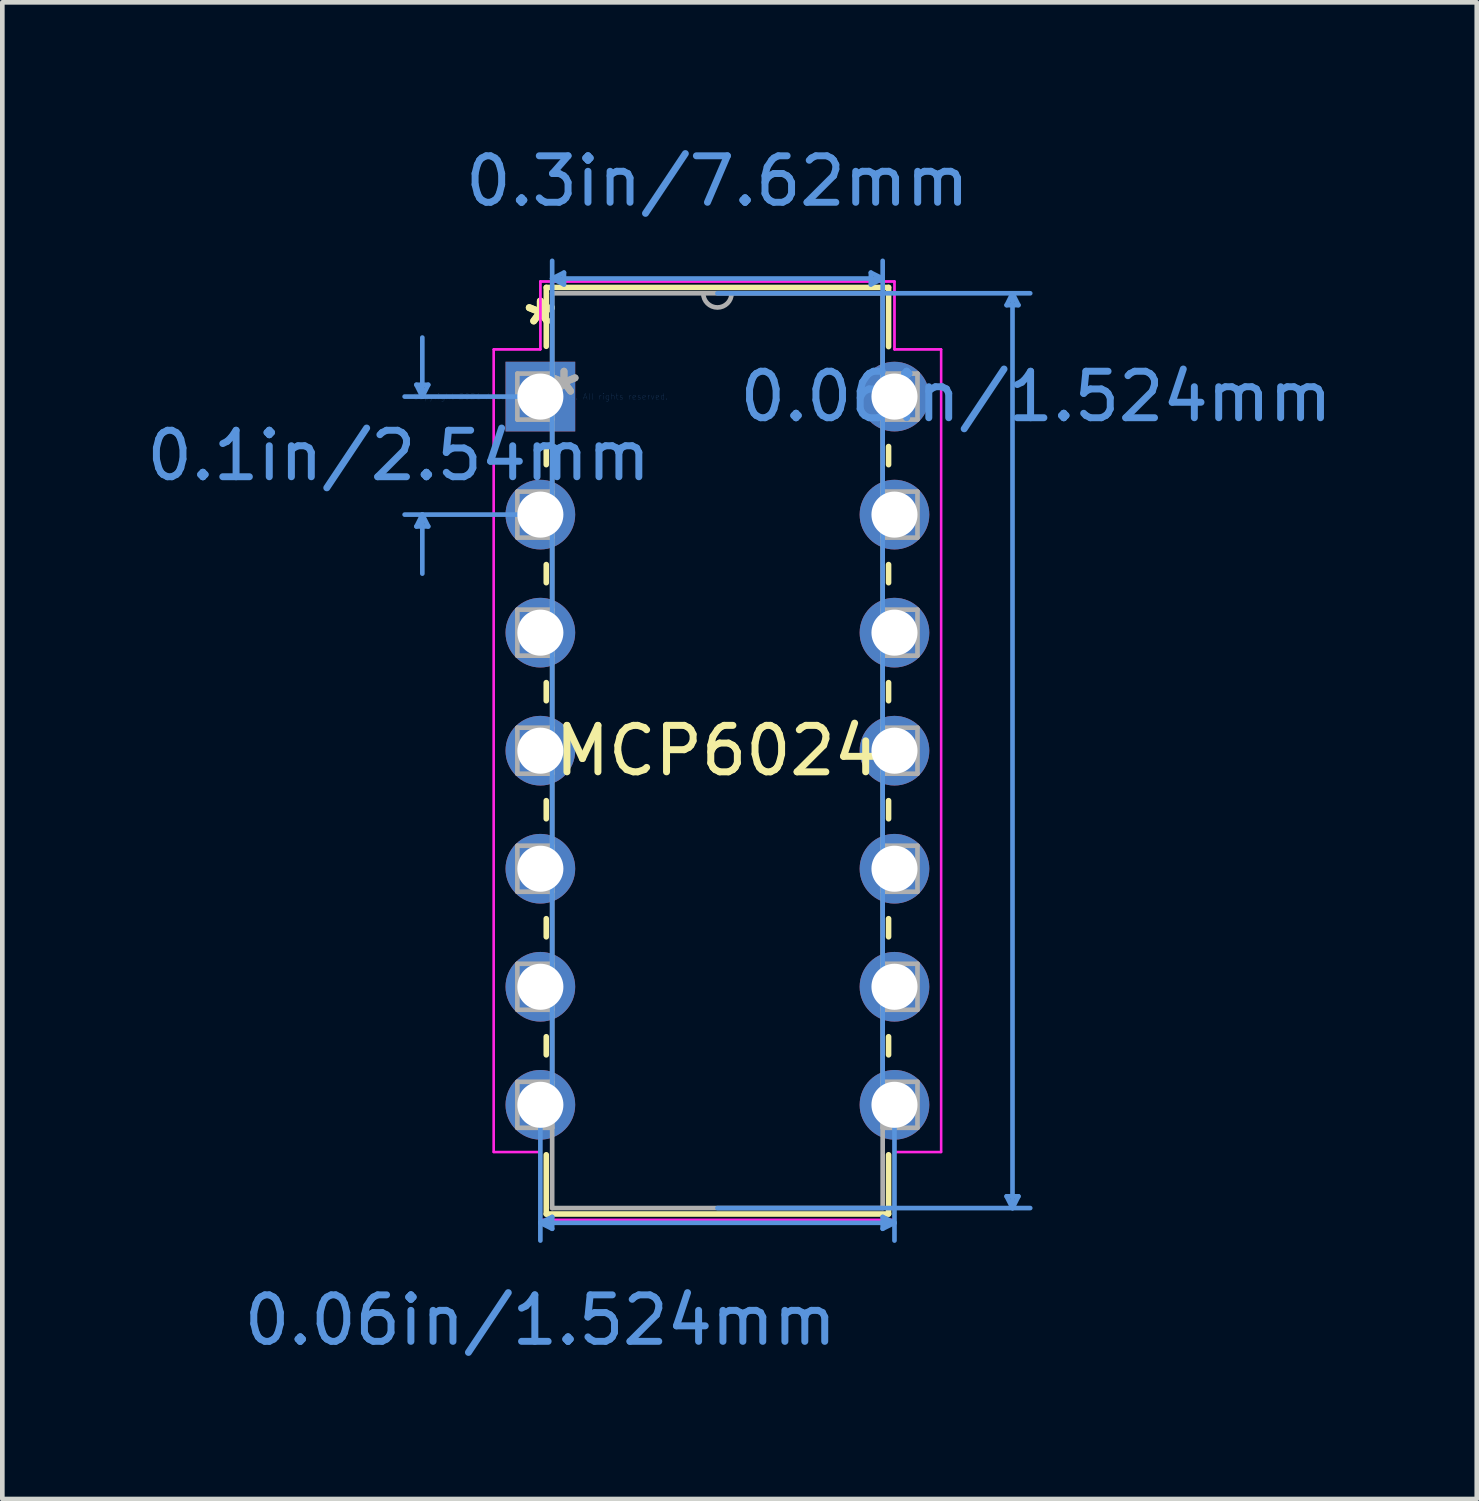
<source format=kicad_pcb>
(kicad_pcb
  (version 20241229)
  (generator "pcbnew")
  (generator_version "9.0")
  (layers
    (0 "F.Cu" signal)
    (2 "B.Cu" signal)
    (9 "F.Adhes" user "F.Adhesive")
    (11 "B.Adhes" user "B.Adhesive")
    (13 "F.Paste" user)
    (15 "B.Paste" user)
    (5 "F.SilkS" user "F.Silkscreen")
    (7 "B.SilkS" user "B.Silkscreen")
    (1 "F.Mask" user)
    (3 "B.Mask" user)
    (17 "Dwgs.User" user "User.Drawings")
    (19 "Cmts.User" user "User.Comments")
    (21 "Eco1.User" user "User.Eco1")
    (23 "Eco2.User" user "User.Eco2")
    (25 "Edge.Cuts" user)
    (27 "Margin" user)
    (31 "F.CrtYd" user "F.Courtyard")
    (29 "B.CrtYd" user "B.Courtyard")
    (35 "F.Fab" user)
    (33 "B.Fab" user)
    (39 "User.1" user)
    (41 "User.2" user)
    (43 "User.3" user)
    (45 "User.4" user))
  (footprint "MCP6024"
    (layer "F.Cu")
    (at 8.578 5.484)
    (property "Reference" "MCP6024" (at 3.81 7.62 0) (layer "F.SilkS") (effects (font (size 1 1) (thickness 0.15))))
    (attr through_hole)
    (fp_line (start 0.127 -2.349) (end 0.127 -1.082) (stroke (width 0.12) (type solid)) (layer "F.SilkS"))
    (fp_line (start 0.127 1.082) (end 0.127 1.465) (stroke (width 0.12) (type solid)) (layer "F.SilkS"))
    (fp_line (start 0.127 3.615) (end 0.127 4.005) (stroke (width 0.12) (type solid)) (layer "F.SilkS"))
    (fp_line (start 0.127 6.155) (end 0.127 6.545) (stroke (width 0.12) (type solid)) (layer "F.SilkS"))
    (fp_line (start 0.127 8.695) (end 0.127 9.085) (stroke (width 0.12) (type solid)) (layer "F.SilkS"))
    (fp_line (start 0.127 11.235) (end 0.127 11.625) (stroke (width 0.12) (type solid)) (layer "F.SilkS"))
    (fp_line (start 0.127 13.775) (end 0.127 14.165) (stroke (width 0.12) (type solid)) (layer "F.SilkS"))
    (fp_line (start 0.127 16.315) (end 0.127 17.59) (stroke (width 0.12) (type solid)) (layer "F.SilkS"))
    (fp_line (start 0.127 17.59) (end 7.493 17.59) (stroke (width 0.12) (type solid)) (layer "F.SilkS"))
    (fp_line (start 7.493 -2.349) (end 0.127 -2.349) (stroke (width 0.12) (type solid)) (layer "F.SilkS"))
    (fp_line (start 7.493 -1.075) (end 7.493 -2.349) (stroke (width 0.12) (type solid)) (layer "F.SilkS"))
    (fp_line (start 7.493 1.465) (end 7.493 1.075) (stroke (width 0.12) (type solid)) (layer "F.SilkS"))
    (fp_line (start 7.493 4.005) (end 7.493 3.615) (stroke (width 0.12) (type solid)) (layer "F.SilkS"))
    (fp_line (start 7.493 6.545) (end 7.493 6.155) (stroke (width 0.12) (type solid)) (layer "F.SilkS"))
    (fp_line (start 7.493 9.085) (end 7.493 8.695) (stroke (width 0.12) (type solid)) (layer "F.SilkS"))
    (fp_line (start 7.493 11.625) (end 7.493 11.235) (stroke (width 0.12) (type solid)) (layer "F.SilkS"))
    (fp_line (start 7.493 14.165) (end 7.493 13.775) (stroke (width 0.12) (type solid)) (layer "F.SilkS"))
    (fp_line (start 7.493 17.59) (end 7.493 16.315) (stroke (width 0.12) (type solid)) (layer "F.SilkS"))
    (fp_line (start -2.667 -0.254) (end -2.413 -0.254) (stroke (width 0.1) (type solid)) (layer "Cmts.User"))
    (fp_line (start -2.667 2.794) (end -2.413 2.794) (stroke (width 0.1) (type solid)) (layer "Cmts.User"))
    (fp_line (start -2.54 0) (end -2.667 -0.254) (stroke (width 0.1) (type solid)) (layer "Cmts.User"))
    (fp_line (start -2.54 0) (end -2.54 -1.27) (stroke (width 0.1) (type solid)) (layer "Cmts.User"))
    (fp_line (start -2.54 0) (end -2.413 -0.254) (stroke (width 0.1) (type solid)) (layer "Cmts.User"))
    (fp_line (start -2.54 2.54) (end -2.667 2.794) (stroke (width 0.1) (type solid)) (layer "Cmts.User"))
    (fp_line (start -2.54 2.54) (end -2.54 3.81) (stroke (width 0.1) (type solid)) (layer "Cmts.User"))
    (fp_line (start -2.54 2.54) (end -2.413 2.794) (stroke (width 0.1) (type solid)) (layer "Cmts.User"))
    (fp_line (start 0 0) (end -2.921 0) (stroke (width 0.1) (type solid)) (layer "Cmts.User"))
    (fp_line (start 0 2.54) (end -2.921 2.54) (stroke (width 0.1) (type solid)) (layer "Cmts.User"))
    (fp_line (start 0 15.24) (end 0 18.161) (stroke (width 0.1) (type solid)) (layer "Cmts.User"))
    (fp_line (start 0 17.78) (end 0.254 17.653) (stroke (width 0.1) (type solid)) (layer "Cmts.User"))
    (fp_line (start 0 17.78) (end 0.254 17.907) (stroke (width 0.1) (type solid)) (layer "Cmts.User"))
    (fp_line (start 0 17.78) (end 7.62 17.78) (stroke (width 0.1) (type solid)) (layer "Cmts.User"))
    (fp_line (start 0.254 -2.54) (end 0.508 -2.667) (stroke (width 0.1) (type solid)) (layer "Cmts.User"))
    (fp_line (start 0.254 -2.54) (end 0.508 -2.413) (stroke (width 0.1) (type solid)) (layer "Cmts.User"))
    (fp_line (start 0.254 -2.54) (end 7.366 -2.54) (stroke (width 0.1) (type solid)) (layer "Cmts.User"))
    (fp_line (start 0.254 15.24) (end 0.254 -2.921) (stroke (width 0.1) (type solid)) (layer "Cmts.User"))
    (fp_line (start 0.254 17.653) (end 0.254 17.907) (stroke (width 0.1) (type solid)) (layer "Cmts.User"))
    (fp_line (start 0.508 -2.667) (end 0.508 -2.413) (stroke (width 0.1) (type solid)) (layer "Cmts.User"))
    (fp_line (start 3.81 -2.223) (end 10.541 -2.223) (stroke (width 0.1) (type solid)) (layer "Cmts.User"))
    (fp_line (start 3.81 17.462) (end 10.541 17.462) (stroke (width 0.1) (type solid)) (layer "Cmts.User"))
    (fp_line (start 7.112 -2.667) (end 7.112 -2.413) (stroke (width 0.1) (type solid)) (layer "Cmts.User"))
    (fp_line (start 7.366 -2.54) (end 7.112 -2.667) (stroke (width 0.1) (type solid)) (layer "Cmts.User"))
    (fp_line (start 7.366 -2.54) (end 7.112 -2.413) (stroke (width 0.1) (type solid)) (layer "Cmts.User"))
    (fp_line (start 7.366 15.24) (end 7.366 -2.921) (stroke (width 0.1) (type solid)) (layer "Cmts.User"))
    (fp_line (start 7.366 17.653) (end 7.366 17.907) (stroke (width 0.1) (type solid)) (layer "Cmts.User"))
    (fp_line (start 7.62 15.24) (end 7.62 18.161) (stroke (width 0.1) (type solid)) (layer "Cmts.User"))
    (fp_line (start 7.62 17.78) (end 7.366 17.653) (stroke (width 0.1) (type solid)) (layer "Cmts.User"))
    (fp_line (start 7.62 17.78) (end 7.366 17.907) (stroke (width 0.1) (type solid)) (layer "Cmts.User"))
    (fp_line (start 10.033 -1.968) (end 10.287 -1.968) (stroke (width 0.1) (type solid)) (layer "Cmts.User"))
    (fp_line (start 10.033 17.209) (end 10.287 17.209) (stroke (width 0.1) (type solid)) (layer "Cmts.User"))
    (fp_line (start 10.16 -2.223) (end 10.033 -1.968) (stroke (width 0.1) (type solid)) (layer "Cmts.User"))
    (fp_line (start 10.16 -2.223) (end 10.16 17.462) (stroke (width 0.1) (type solid)) (layer "Cmts.User"))
    (fp_line (start 10.16 -2.223) (end 10.287 -1.968) (stroke (width 0.1) (type solid)) (layer "Cmts.User"))
    (fp_line (start 10.16 17.462) (end 10.033 17.209) (stroke (width 0.1) (type solid)) (layer "Cmts.User"))
    (fp_line (start 10.16 17.462) (end 10.287 17.209) (stroke (width 0.1) (type solid)) (layer "Cmts.User"))
    (fp_line (start -1.003 -1.016) (end -1.003 16.256) (stroke (width 0.05) (type solid)) (layer "F.CrtYd"))
    (fp_line (start -1.003 -1.016) (end 0 -1.016) (stroke (width 0.05) (type solid)) (layer "F.CrtYd"))
    (fp_line (start -1.003 16.256) (end -1.003 -1.016) (stroke (width 0.05) (type solid)) (layer "F.CrtYd"))
    (fp_line (start -1.003 16.256) (end 0 16.256) (stroke (width 0.05) (type solid)) (layer "F.CrtYd"))
    (fp_line (start 0 -2.477) (end 0 -1.016) (stroke (width 0.05) (type solid)) (layer "F.CrtYd"))
    (fp_line (start 0 -2.477) (end 7.62 -2.477) (stroke (width 0.05) (type solid)) (layer "F.CrtYd"))
    (fp_line (start 0 -1.016) (end -1.003 -1.016) (stroke (width 0.05) (type solid)) (layer "F.CrtYd"))
    (fp_line (start 0 -1.016) (end 0 -2.477) (stroke (width 0.05) (type solid)) (layer "F.CrtYd"))
    (fp_line (start 0 16.256) (end -1.003 16.256) (stroke (width 0.05) (type solid)) (layer "F.CrtYd"))
    (fp_line (start 0 16.256) (end 0 17.716) (stroke (width 0.05) (type solid)) (layer "F.CrtYd"))
    (fp_line (start 0 17.716) (end 0 16.256) (stroke (width 0.05) (type solid)) (layer "F.CrtYd"))
    (fp_line (start 0 17.716) (end 7.62 17.716) (stroke (width 0.05) (type solid)) (layer "F.CrtYd"))
    (fp_line (start 7.62 -2.477) (end 0 -2.477) (stroke (width 0.05) (type solid)) (layer "F.CrtYd"))
    (fp_line (start 7.62 -2.477) (end 7.62 -1.016) (stroke (width 0.05) (type solid)) (layer "F.CrtYd"))
    (fp_line (start 7.62 -1.016) (end 7.62 -2.477) (stroke (width 0.05) (type solid)) (layer "F.CrtYd"))
    (fp_line (start 7.62 16.256) (end 7.62 17.716) (stroke (width 0.05) (type solid)) (layer "F.CrtYd"))
    (fp_line (start 7.62 16.256) (end 8.623 16.256) (stroke (width 0.05) (type solid)) (layer "F.CrtYd"))
    (fp_line (start 7.62 17.716) (end 0 17.716) (stroke (width 0.05) (type solid)) (layer "F.CrtYd"))
    (fp_line (start 7.62 17.716) (end 7.62 16.256) (stroke (width 0.05) (type solid)) (layer "F.CrtYd"))
    (fp_line (start 8.623 -1.016) (end 7.62 -1.016) (stroke (width 0.05) (type solid)) (layer "F.CrtYd"))
    (fp_line (start 8.623 -1.016) (end 7.62 -1.016) (stroke (width 0.05) (type solid)) (layer "F.CrtYd"))
    (fp_line (start 8.623 -1.016) (end 8.623 16.256) (stroke (width 0.05) (type solid)) (layer "F.CrtYd"))
    (fp_line (start 8.623 16.256) (end 7.62 16.256) (stroke (width 0.05) (type solid)) (layer "F.CrtYd"))
    (fp_line (start 8.623 16.256) (end 8.623 -1.016) (stroke (width 0.05) (type solid)) (layer "F.CrtYd"))
    (fp_line (start -0.495 -0.495) (end -0.495 0.495) (stroke (width 0.1) (type solid)) (layer "F.Fab"))
    (fp_line (start -0.495 0.495) (end 0.254 0.495) (stroke (width 0.1) (type solid)) (layer "F.Fab"))
    (fp_line (start -0.495 2.045) (end -0.495 3.035) (stroke (width 0.1) (type solid)) (layer "F.Fab"))
    (fp_line (start -0.495 3.035) (end 0.254 3.035) (stroke (width 0.1) (type solid)) (layer "F.Fab"))
    (fp_line (start -0.495 4.585) (end -0.495 5.575) (stroke (width 0.1) (type solid)) (layer "F.Fab"))
    (fp_line (start -0.495 5.575) (end 0.254 5.575) (stroke (width 0.1) (type solid)) (layer "F.Fab"))
    (fp_line (start -0.495 7.125) (end -0.495 8.115) (stroke (width 0.1) (type solid)) (layer "F.Fab"))
    (fp_line (start -0.495 8.115) (end 0.254 8.115) (stroke (width 0.1) (type solid)) (layer "F.Fab"))
    (fp_line (start -0.495 9.665) (end -0.495 10.655) (stroke (width 0.1) (type solid)) (layer "F.Fab"))
    (fp_line (start -0.495 10.655) (end 0.254 10.655) (stroke (width 0.1) (type solid)) (layer "F.Fab"))
    (fp_line (start -0.495 12.205) (end -0.495 13.195) (stroke (width 0.1) (type solid)) (layer "F.Fab"))
    (fp_line (start -0.495 13.195) (end 0.254 13.195) (stroke (width 0.1) (type solid)) (layer "F.Fab"))
    (fp_line (start -0.495 14.745) (end -0.495 15.735) (stroke (width 0.1) (type solid)) (layer "F.Fab"))
    (fp_line (start -0.495 15.735) (end 0.254 15.735) (stroke (width 0.1) (type solid)) (layer "F.Fab"))
    (fp_line (start 0.254 -2.223) (end 0.254 17.462) (stroke (width 0.1) (type solid)) (layer "F.Fab"))
    (fp_line (start 0.254 -0.495) (end -0.495 -0.495) (stroke (width 0.1) (type solid)) (layer "F.Fab"))
    (fp_line (start 0.254 0.495) (end 0.254 -0.495) (stroke (width 0.1) (type solid)) (layer "F.Fab"))
    (fp_line (start 0.254 2.045) (end -0.495 2.045) (stroke (width 0.1) (type solid)) (layer "F.Fab"))
    (fp_line (start 0.254 3.035) (end 0.254 2.045) (stroke (width 0.1) (type solid)) (layer "F.Fab"))
    (fp_line (start 0.254 4.585) (end -0.495 4.585) (stroke (width 0.1) (type solid)) (layer "F.Fab"))
    (fp_line (start 0.254 5.575) (end 0.254 4.585) (stroke (width 0.1) (type solid)) (layer "F.Fab"))
    (fp_line (start 0.254 7.125) (end -0.495 7.125) (stroke (width 0.1) (type solid)) (layer "F.Fab"))
    (fp_line (start 0.254 8.115) (end 0.254 7.125) (stroke (width 0.1) (type solid)) (layer "F.Fab"))
    (fp_line (start 0.254 9.665) (end -0.495 9.665) (stroke (width 0.1) (type solid)) (layer "F.Fab"))
    (fp_line (start 0.254 10.655) (end 0.254 9.665) (stroke (width 0.1) (type solid)) (layer "F.Fab"))
    (fp_line (start 0.254 12.205) (end -0.495 12.205) (stroke (width 0.1) (type solid)) (layer "F.Fab"))
    (fp_line (start 0.254 13.195) (end 0.254 12.205) (stroke (width 0.1) (type solid)) (layer "F.Fab"))
    (fp_line (start 0.254 14.745) (end -0.495 14.745) (stroke (width 0.1) (type solid)) (layer "F.Fab"))
    (fp_line (start 0.254 15.735) (end 0.254 14.745) (stroke (width 0.1) (type solid)) (layer "F.Fab"))
    (fp_line (start 0.254 17.462) (end 7.366 17.462) (stroke (width 0.1) (type solid)) (layer "F.Fab"))
    (fp_line (start 7.366 -2.223) (end 0.254 -2.223) (stroke (width 0.1) (type solid)) (layer "F.Fab"))
    (fp_line (start 7.366 -0.495) (end 7.366 0.495) (stroke (width 0.1) (type solid)) (layer "F.Fab"))
    (fp_line (start 7.366 0.495) (end 8.115 0.495) (stroke (width 0.1) (type solid)) (layer "F.Fab"))
    (fp_line (start 7.366 2.045) (end 7.366 3.035) (stroke (width 0.1) (type solid)) (layer "F.Fab"))
    (fp_line (start 7.366 3.035) (end 8.115 3.035) (stroke (width 0.1) (type solid)) (layer "F.Fab"))
    (fp_line (start 7.366 4.585) (end 7.366 5.575) (stroke (width 0.1) (type solid)) (layer "F.Fab"))
    (fp_line (start 7.366 5.575) (end 8.115 5.575) (stroke (width 0.1) (type solid)) (layer "F.Fab"))
    (fp_line (start 7.366 7.125) (end 7.366 8.115) (stroke (width 0.1) (type solid)) (layer "F.Fab"))
    (fp_line (start 7.366 8.115) (end 8.115 8.115) (stroke (width 0.1) (type solid)) (layer "F.Fab"))
    (fp_line (start 7.366 9.665) (end 7.366 10.655) (stroke (width 0.1) (type solid)) (layer "F.Fab"))
    (fp_line (start 7.366 10.655) (end 8.115 10.655) (stroke (width 0.1) (type solid)) (layer "F.Fab"))
    (fp_line (start 7.366 12.205) (end 7.366 13.195) (stroke (width 0.1) (type solid)) (layer "F.Fab"))
    (fp_line (start 7.366 13.195) (end 8.115 13.195) (stroke (width 0.1) (type solid)) (layer "F.Fab"))
    (fp_line (start 7.366 14.745) (end 7.366 15.735) (stroke (width 0.1) (type solid)) (layer "F.Fab"))
    (fp_line (start 7.366 15.735) (end 8.115 15.735) (stroke (width 0.1) (type solid)) (layer "F.Fab"))
    (fp_line (start 7.366 17.462) (end 7.366 -2.223) (stroke (width 0.1) (type solid)) (layer "F.Fab"))
    (fp_line (start 8.115 -0.495) (end 7.366 -0.495) (stroke (width 0.1) (type solid)) (layer "F.Fab"))
    (fp_line (start 8.115 0.495) (end 8.115 -0.495) (stroke (width 0.1) (type solid)) (layer "F.Fab"))
    (fp_line (start 8.115 2.045) (end 7.366 2.045) (stroke (width 0.1) (type solid)) (layer "F.Fab"))
    (fp_line (start 8.115 3.035) (end 8.115 2.045) (stroke (width 0.1) (type solid)) (layer "F.Fab"))
    (fp_line (start 8.115 4.585) (end 7.366 4.585) (stroke (width 0.1) (type solid)) (layer "F.Fab"))
    (fp_line (start 8.115 5.575) (end 8.115 4.585) (stroke (width 0.1) (type solid)) (layer "F.Fab"))
    (fp_line (start 8.115 7.125) (end 7.366 7.125) (stroke (width 0.1) (type solid)) (layer "F.Fab"))
    (fp_line (start 8.115 8.115) (end 8.115 7.125) (stroke (width 0.1) (type solid)) (layer "F.Fab"))
    (fp_line (start 8.115 9.665) (end 7.366 9.665) (stroke (width 0.1) (type solid)) (layer "F.Fab"))
    (fp_line (start 8.115 10.655) (end 8.115 9.665) (stroke (width 0.1) (type solid)) (layer "F.Fab"))
    (fp_line (start 8.115 12.205) (end 7.366 12.205) (stroke (width 0.1) (type solid)) (layer "F.Fab"))
    (fp_line (start 8.115 13.195) (end 8.115 12.205) (stroke (width 0.1) (type solid)) (layer "F.Fab"))
    (fp_line (start 8.115 14.745) (end 7.366 14.745) (stroke (width 0.1) (type solid)) (layer "F.Fab"))
    (fp_line (start 8.115 15.735) (end 8.115 14.745) (stroke (width 0.1) (type solid)) (layer "F.Fab"))
    (fp_arc (start 4.1148 -2.2225) (mid 3.81 -1.9177) (end 3.5052 -2.2225) (stroke (width 0.1) (type solid)) (layer "F.Fab"))
    (fp_text user "*" (at 0 -1.511 0) (layer "F.SilkS") (effects (font (size 1 1) (thickness 0.15))))
    (fp_text user "*" (at 0 -1.511 0) (layer "F.SilkS") (effects (font (size 1 1) (thickness 0.15))))
    (fp_text user "0.06in/1.524mm" (at 10.668 0 0) (layer "Cmts.User") (effects (font (size 1 1) (thickness 0.15))))
    (fp_text user "0.3in/7.62mm" (at 3.81 -4.636 0) (layer "Cmts.User") (effects (font (size 1 1) (thickness 0.15))))
    (fp_text user "Copyright 2021 Accelerated Designs. All rights reserved." (at 0 0 0) (layer "Cmts.User") (effects (font (size 0.127 0.127) (thickness 0.002))))
    (fp_text user "0.06in/1.524mm" (at 0 19.875 0) (layer "Cmts.User") (effects (font (size 1 1) (thickness 0.15))))
    (fp_text user "0.1in/2.54mm" (at -3.048 1.27 0) (layer "Cmts.User") (effects (font (size 1 1) (thickness 0.15))))
    (fp_text user "*" (at 0.508 0 0) (layer "F.Fab") (effects (font (size 1 1) (thickness 0.15))))
    (fp_text user "*" (at 0.508 0 0) (layer "F.Fab") (effects (font (size 1 1) (thickness 0.15))))
    (pad "1" thru_hole rect (at 0 0) (size 1.499 1.499) (drill 0.991) (layers "*.Cu" "*.Mask"))
    (pad "2" thru_hole circle (at 0 2.54) (size 1.499 1.499) (drill 0.991) (layers "*.Cu" "*.Mask"))
    (pad "3" thru_hole circle (at 0 5.08) (size 1.499 1.499) (drill 0.991) (layers "*.Cu" "*.Mask"))
    (pad "4" thru_hole circle (at 0 7.62) (size 1.499 1.499) (drill 0.991) (layers "*.Cu" "*.Mask"))
    (pad "5" thru_hole circle (at 0 10.16) (size 1.499 1.499) (drill 0.991) (layers "*.Cu" "*.Mask"))
    (pad "6" thru_hole circle (at 0 12.7) (size 1.499 1.499) (drill 0.991) (layers "*.Cu" "*.Mask"))
    (pad "7" thru_hole circle (at 0 15.24) (size 1.499 1.499) (drill 0.991) (layers "*.Cu" "*.Mask"))
    (pad "8" thru_hole circle (at 7.62 15.24) (size 1.499 1.499) (drill 0.991) (layers "*.Cu" "*.Mask"))
    (pad "9" thru_hole circle (at 7.62 12.7) (size 1.499 1.499) (drill 0.991) (layers "*.Cu" "*.Mask"))
    (pad "10" thru_hole circle (at 7.62 10.16) (size 1.499 1.499) (drill 0.991) (layers "*.Cu" "*.Mask"))
    (pad "11" thru_hole circle (at 7.62 7.62) (size 1.499 1.499) (drill 0.991) (layers "*.Cu" "*.Mask"))
    (pad "12" thru_hole circle (at 7.62 5.08) (size 1.499 1.499) (drill 0.991) (layers "*.Cu" "*.Mask"))
    (pad "13" thru_hole circle (at 7.62 2.54) (size 1.499 1.499) (drill 0.991) (layers "*.Cu" "*.Mask"))
    (pad "14" thru_hole circle (at 7.62 0) (size 1.499 1.499) (drill 0.991) (layers "*.Cu" "*.Mask")))
  (gr_rect
    (start -3 -3)
    (end 28.728 29.207)
    (stroke (width 0.1) (type default))
    (fill no)
    (layer "Edge.Cuts")))
</source>
